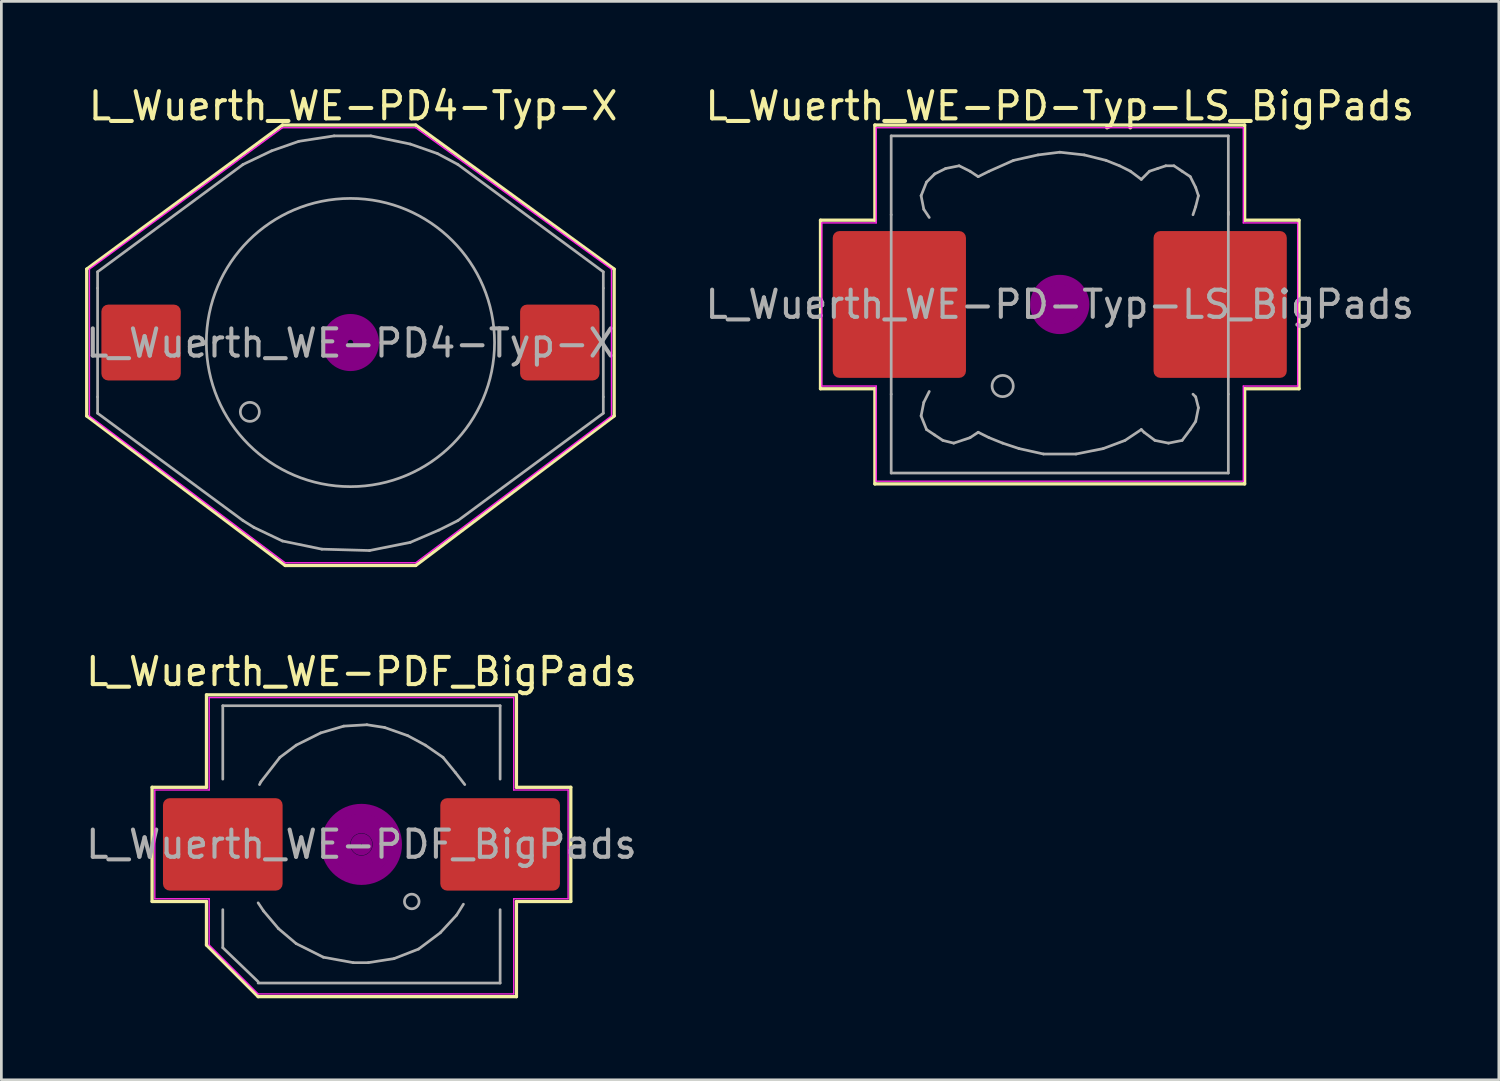
<source format=kicad_pcb>
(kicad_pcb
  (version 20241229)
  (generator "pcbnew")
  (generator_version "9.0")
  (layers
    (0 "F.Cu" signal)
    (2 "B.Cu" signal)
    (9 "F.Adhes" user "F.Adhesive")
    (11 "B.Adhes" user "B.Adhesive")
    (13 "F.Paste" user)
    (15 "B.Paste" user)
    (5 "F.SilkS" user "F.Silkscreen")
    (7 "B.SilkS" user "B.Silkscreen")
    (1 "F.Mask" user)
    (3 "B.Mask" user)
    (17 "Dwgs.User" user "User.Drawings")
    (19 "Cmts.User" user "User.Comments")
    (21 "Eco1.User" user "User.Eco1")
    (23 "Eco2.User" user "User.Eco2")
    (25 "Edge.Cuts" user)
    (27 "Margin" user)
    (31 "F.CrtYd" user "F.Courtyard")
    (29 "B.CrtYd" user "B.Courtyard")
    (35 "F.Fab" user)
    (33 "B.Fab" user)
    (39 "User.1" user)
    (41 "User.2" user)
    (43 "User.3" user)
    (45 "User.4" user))
  (footprint "L_Wuerth_WE-PDF_BigPads"
    (layer "F.Cu")
    (at 10.244 28.006)
    (property "Reference" "L_Wuerth_WE-PDF_BigPads" (at 0 -6.35 0) (layer "F.SilkS") (effects (font (size 1 1) (thickness 0.15))))
    (attr smd)
    (fp_line (start -7.7 -2.1) (end -7.7 2.1) (stroke (width 0.12) (type solid)) (layer "F.SilkS"))
    (fp_line (start -7.7 2.1) (end -5.7 2.1) (stroke (width 0.12) (type solid)) (layer "F.SilkS"))
    (fp_line (start -5.7 -5.5) (end -5.7 -2.1) (stroke (width 0.12) (type solid)) (layer "F.SilkS"))
    (fp_line (start -5.7 -2.1) (end -7.7 -2.1) (stroke (width 0.12) (type solid)) (layer "F.SilkS"))
    (fp_line (start -5.7 2.1) (end -5.7 3.7) (stroke (width 0.12) (type solid)) (layer "F.SilkS"))
    (fp_line (start -5.7 3.7) (end -3.8 5.6) (stroke (width 0.12) (type solid)) (layer "F.SilkS"))
    (fp_line (start -3.8 5.6) (end 5.7 5.6) (stroke (width 0.12) (type solid)) (layer "F.SilkS"))
    (fp_line (start 5.7 -5.5) (end -5.7 -5.5) (stroke (width 0.12) (type solid)) (layer "F.SilkS"))
    (fp_line (start 5.7 -2.1) (end 5.7 -5.5) (stroke (width 0.12) (type solid)) (layer "F.SilkS"))
    (fp_line (start 5.7 2.1) (end 7.7 2.1) (stroke (width 0.12) (type solid)) (layer "F.SilkS"))
    (fp_line (start 5.7 5.6) (end 5.7 2.1) (stroke (width 0.12) (type solid)) (layer "F.SilkS"))
    (fp_line (start 7.7 -2.1) (end 5.7 -2.1) (stroke (width 0.12) (type solid)) (layer "F.SilkS"))
    (fp_line (start 7.7 2.1) (end 7.7 -2.1) (stroke (width 0.12) (type solid)) (layer "F.SilkS"))
    (fp_circle (center 0 0) (end 0.15 0.15) (stroke (width 0.38) (type solid)) (fill no) (layer "F.Adhes"))
    (fp_circle (center 0 0) (end 0.6 0.05) (stroke (width 0.38) (type solid)) (fill no) (layer "F.Adhes"))
    (fp_circle (center 0 0) (end 0.95 0) (stroke (width 0.38) (type solid)) (fill no) (layer "F.Adhes"))
    (fp_circle (center 0 0) (end 1.3 0.05) (stroke (width 0.38) (type solid)) (fill no) (layer "F.Adhes"))
    (fp_line (start -7.6 -2) (end -5.6 -2) (stroke (width 0.05) (type solid)) (layer "F.CrtYd"))
    (fp_line (start -7.6 2) (end -7.6 -2) (stroke (width 0.05) (type solid)) (layer "F.CrtYd"))
    (fp_line (start -5.6 -5.4) (end 5.6 -5.4) (stroke (width 0.05) (type solid)) (layer "F.CrtYd"))
    (fp_line (start -5.6 -2) (end -5.6 -5.4) (stroke (width 0.05) (type solid)) (layer "F.CrtYd"))
    (fp_line (start -5.6 2) (end -7.6 2) (stroke (width 0.05) (type solid)) (layer "F.CrtYd"))
    (fp_line (start -5.6 3.7) (end -5.6 2) (stroke (width 0.05) (type solid)) (layer "F.CrtYd"))
    (fp_line (start -3.8 5.5) (end -5.6 3.7) (stroke (width 0.05) (type solid)) (layer "F.CrtYd"))
    (fp_line (start 5.6 -5.4) (end 5.6 -2) (stroke (width 0.05) (type solid)) (layer "F.CrtYd"))
    (fp_line (start 5.6 -2) (end 7.6 -2) (stroke (width 0.05) (type solid)) (layer "F.CrtYd"))
    (fp_line (start 5.6 2) (end 5.6 5.5) (stroke (width 0.05) (type solid)) (layer "F.CrtYd"))
    (fp_line (start 5.6 5.5) (end -3.8 5.5) (stroke (width 0.05) (type solid)) (layer "F.CrtYd"))
    (fp_line (start 7.6 -2) (end 7.6 2) (stroke (width 0.05) (type solid)) (layer "F.CrtYd"))
    (fp_line (start 7.6 2) (end 5.6 2) (stroke (width 0.05) (type solid)) (layer "F.CrtYd"))
    (fp_line (start -5.1 -5.1) (end -5.1 -2.4) (stroke (width 0.1) (type solid)) (layer "F.Fab"))
    (fp_line (start -5.1 2.4) (end -5.1 3.8) (stroke (width 0.1) (type solid)) (layer "F.Fab"))
    (fp_line (start -5.1 3.8) (end -3.8 5.05) (stroke (width 0.1) (type solid)) (layer "F.Fab"))
    (fp_line (start -3.8 2.15) (end -3.6 2.45) (stroke (width 0.1) (type solid)) (layer "F.Fab"))
    (fp_line (start -3.7 -2.3) (end -3.75 -2.2) (stroke (width 0.1) (type solid)) (layer "F.Fab"))
    (fp_line (start -3.6 2.45) (end -3.05 3.1) (stroke (width 0.1) (type solid)) (layer "F.Fab"))
    (fp_line (start -3.05 3.1) (end -2.4 3.65) (stroke (width 0.1) (type solid)) (layer "F.Fab"))
    (fp_line (start -3 -3.2) (end -3.7 -2.3) (stroke (width 0.1) (type solid)) (layer "F.Fab"))
    (fp_line (start -2.4 -3.65) (end -3 -3.2) (stroke (width 0.1) (type solid)) (layer "F.Fab"))
    (fp_line (start -2.4 3.65) (end -1.4 4.15) (stroke (width 0.1) (type solid)) (layer "F.Fab"))
    (fp_line (start -1.5 -4.1) (end -2.4 -3.65) (stroke (width 0.1) (type solid)) (layer "F.Fab"))
    (fp_line (start -1.4 4.15) (end -0.3 4.35) (stroke (width 0.1) (type solid)) (layer "F.Fab"))
    (fp_line (start -0.65 -4.35) (end -1.5 -4.1) (stroke (width 0.1) (type solid)) (layer "F.Fab"))
    (fp_line (start -0.3 4.35) (end 0.25 4.35) (stroke (width 0.1) (type solid)) (layer "F.Fab"))
    (fp_line (start 0.2 -4.4) (end -0.65 -4.35) (stroke (width 0.1) (type solid)) (layer "F.Fab"))
    (fp_line (start 0.25 4.35) (end 1.2 4.2) (stroke (width 0.1) (type solid)) (layer "F.Fab"))
    (fp_line (start 0.85 -4.3) (end 0.2 -4.4) (stroke (width 0.1) (type solid)) (layer "F.Fab"))
    (fp_line (start 1.2 4.2) (end 2.1 3.85) (stroke (width 0.1) (type solid)) (layer "F.Fab"))
    (fp_line (start 1.7 -4) (end 0.85 -4.3) (stroke (width 0.1) (type solid)) (layer "F.Fab"))
    (fp_line (start 2.1 3.85) (end 2.9 3.25) (stroke (width 0.1) (type solid)) (layer "F.Fab"))
    (fp_line (start 2.35 -3.65) (end 1.7 -4) (stroke (width 0.1) (type solid)) (layer "F.Fab"))
    (fp_line (start 2.9 3.25) (end 3.5 2.6) (stroke (width 0.1) (type solid)) (layer "F.Fab"))
    (fp_line (start 3 -3.2) (end 2.35 -3.65) (stroke (width 0.1) (type solid)) (layer "F.Fab"))
    (fp_line (start 3.45 -2.65) (end 3 -3.2) (stroke (width 0.1) (type solid)) (layer "F.Fab"))
    (fp_line (start 3.5 2.6) (end 3.75 2.2) (stroke (width 0.1) (type solid)) (layer "F.Fab"))
    (fp_line (start 3.8 -2.2) (end 3.45 -2.65) (stroke (width 0.1) (type solid)) (layer "F.Fab"))
    (fp_line (start 5.1 -5.1) (end -5.1 -5.1) (stroke (width 0.1) (type solid)) (layer "F.Fab"))
    (fp_line (start 5.1 -5.1) (end 5.1 -2.4) (stroke (width 0.1) (type solid)) (layer "F.Fab"))
    (fp_line (start 5.1 5.1) (end -3.8 5.1) (stroke (width 0.1) (type solid)) (layer "F.Fab"))
    (fp_line (start 5.1 5.1) (end 5.1 2.4) (stroke (width 0.1) (type solid)) (layer "F.Fab"))
    (fp_circle (center 1.85 2.1) (end 2.1 2.2) (stroke (width 0.1) (type solid)) (fill no) (layer "F.Fab"))
    (fp_text user "${REFERENCE}" (at 0 0 0) (layer "F.Fab") (effects (font (size 1 1) (thickness 0.15))))
    (pad "1" smd roundrect (at -5.1 0) (size 4.4 3.4) (layers "F.Cu" "F.Mask" "F.Paste") (roundrect_rratio 0.074))
    (pad "2" smd roundrect (at 5.1 0) (size 4.4 3.4) (layers "F.Cu" "F.Mask" "F.Paste") (roundrect_rratio 0.074)))
  (footprint "L_Wuerth_WE-PD4-Typ-X"
    (layer "F.Cu")
    (at 9.839 9.548)
    (property "Reference" "L_Wuerth_WE-PD4-Typ-X" (at 0.1 -8.7 0) (layer "F.SilkS") (effects (font (size 1 1) (thickness 0.15))))
    (attr smd)
    (fp_line (start -9.7 -2.7) (end -9.7 2.7) (stroke (width 0.12) (type solid)) (layer "F.SilkS"))
    (fp_line (start -9.7 2.7) (end -2.4 8.2) (stroke (width 0.12) (type solid)) (layer "F.SilkS"))
    (fp_line (start -2.5 -8) (end -9.7 -2.7) (stroke (width 0.12) (type solid)) (layer "F.SilkS"))
    (fp_line (start -2.4 8.2) (end 2.4 8.2) (stroke (width 0.12) (type solid)) (layer "F.SilkS"))
    (fp_line (start 2.4 -8) (end -2.5 -8) (stroke (width 0.12) (type solid)) (layer "F.SilkS"))
    (fp_line (start 2.4 8.2) (end 9.7 2.7) (stroke (width 0.12) (type solid)) (layer "F.SilkS"))
    (fp_line (start 9.7 -2.7) (end 2.4 -8) (stroke (width 0.12) (type solid)) (layer "F.SilkS"))
    (fp_line (start 9.7 2.7) (end 9.7 -2.7) (stroke (width 0.12) (type solid)) (layer "F.SilkS"))
    (fp_circle (center 0 0) (end 0.1 0) (stroke (width 0.3) (type solid)) (fill no) (layer "F.Adhes"))
    (fp_circle (center 0 0) (end 0.3 0) (stroke (width 0.3) (type solid)) (fill no) (layer "F.Adhes"))
    (fp_circle (center 0 0) (end 0.5 0) (stroke (width 0.3) (type solid)) (fill no) (layer "F.Adhes"))
    (fp_circle (center 0 0) (end 0.7 0) (stroke (width 0.3) (type solid)) (fill no) (layer "F.Adhes"))
    (fp_circle (center 0 0) (end 0.9 0) (stroke (width 0.3) (type solid)) (fill no) (layer "F.Adhes"))
    (fp_line (start -9.6 -2.7) (end -2.5 -7.9) (stroke (width 0.05) (type solid)) (layer "F.CrtYd"))
    (fp_line (start -9.6 2.7) (end -9.6 -2.7) (stroke (width 0.05) (type solid)) (layer "F.CrtYd"))
    (fp_line (start -2.5 -7.9) (end 2.4 -7.9) (stroke (width 0.05) (type solid)) (layer "F.CrtYd"))
    (fp_line (start -2.4 8.1) (end -9.6 2.7) (stroke (width 0.05) (type solid)) (layer "F.CrtYd"))
    (fp_line (start 2.4 -7.9) (end 9.6 -2.7) (stroke (width 0.05) (type solid)) (layer "F.CrtYd"))
    (fp_line (start 2.4 8.1) (end -2.4 8.1) (stroke (width 0.05) (type solid)) (layer "F.CrtYd"))
    (fp_line (start 9.6 -2.7) (end 9.6 2.7) (stroke (width 0.05) (type solid)) (layer "F.CrtYd"))
    (fp_line (start 9.6 2.7) (end 2.4 8.1) (stroke (width 0.05) (type solid)) (layer "F.CrtYd"))
    (fp_line (start -9.3 -2.6) (end -9.3 -2) (stroke (width 0.1) (type solid)) (layer "F.Fab"))
    (fp_line (start -9.3 -2.6) (end -3.95 -6.55) (stroke (width 0.1) (type solid)) (layer "F.Fab"))
    (fp_line (start -9.3 2) (end -9.3 -2) (stroke (width 0.1) (type solid)) (layer "F.Fab"))
    (fp_line (start -9.3 2) (end -9.3 2.6) (stroke (width 0.1) (type solid)) (layer "F.Fab"))
    (fp_line (start -9.3 2.6) (end -3.95 6.55) (stroke (width 0.1) (type solid)) (layer "F.Fab"))
    (fp_line (start -3.95 -6.55) (end -2.9 -7.05) (stroke (width 0.1) (type solid)) (layer "F.Fab"))
    (fp_line (start -3.55 6.8) (end -3.95 6.55) (stroke (width 0.1) (type solid)) (layer "F.Fab"))
    (fp_line (start -2.9 -7.05) (end -1.9 -7.4) (stroke (width 0.1) (type solid)) (layer "F.Fab"))
    (fp_line (start -2.5 7.3) (end -3.55 6.8) (stroke (width 0.1) (type solid)) (layer "F.Fab"))
    (fp_line (start -1.9 -7.4) (end -0.6 -7.6) (stroke (width 0.1) (type solid)) (layer "F.Fab"))
    (fp_line (start -1.05 7.6) (end -2.5 7.3) (stroke (width 0.1) (type solid)) (layer "F.Fab"))
    (fp_line (start -0.6 -7.6) (end 0.75 -7.6) (stroke (width 0.1) (type solid)) (layer "F.Fab"))
    (fp_line (start 0.7 7.65) (end -1.05 7.6) (stroke (width 0.1) (type solid)) (layer "F.Fab"))
    (fp_line (start 0.75 -7.6) (end 2.2 -7.3) (stroke (width 0.1) (type solid)) (layer "F.Fab"))
    (fp_line (start 2.2 -7.3) (end 3.2 -6.95) (stroke (width 0.1) (type solid)) (layer "F.Fab"))
    (fp_line (start 2.2 7.35) (end 0.7 7.65) (stroke (width 0.1) (type solid)) (layer "F.Fab"))
    (fp_line (start 3.2 -6.95) (end 3.95 -6.55) (stroke (width 0.1) (type solid)) (layer "F.Fab"))
    (fp_line (start 3.25 6.9) (end 2.2 7.35) (stroke (width 0.1) (type solid)) (layer "F.Fab"))
    (fp_line (start 3.95 -6.55) (end 9.3 -2.6) (stroke (width 0.1) (type solid)) (layer "F.Fab"))
    (fp_line (start 3.95 6.55) (end 3.25 6.9) (stroke (width 0.1) (type solid)) (layer "F.Fab"))
    (fp_line (start 9.3 -2) (end 9.3 -2.6) (stroke (width 0.1) (type solid)) (layer "F.Fab"))
    (fp_line (start 9.3 -2) (end 9.3 2) (stroke (width 0.1) (type solid)) (layer "F.Fab"))
    (fp_line (start 9.3 2) (end 9.3 2.6) (stroke (width 0.1) (type solid)) (layer "F.Fab"))
    (fp_line (start 9.3 2.6) (end 3.95 6.55) (stroke (width 0.1) (type solid)) (layer "F.Fab"))
    (fp_circle (center -3.7 2.55) (end -3.7 2.2) (stroke (width 0.1) (type solid)) (fill no) (layer "F.Fab"))
    (fp_circle (center 0 0) (end 0 -5.3) (stroke (width 0.1) (type solid)) (fill no) (layer "F.Fab"))
    (fp_text user "${REFERENCE}" (at 0 0.025 0) (layer "F.Fab") (effects (font (size 1 1) (thickness 0.15))))
    (pad "1" smd roundrect (at -7.7 0 90) (size 2.79 2.92) (layers "F.Cu" "F.Mask" "F.Paste") (roundrect_rratio 0.09))
    (pad "2" smd roundrect (at 7.7 0 90) (size 2.79 2.92) (layers "F.Cu" "F.Mask" "F.Paste") (roundrect_rratio 0.09)))
  (footprint "L_Wuerth_WE-PD-Typ-LS_BigPads"
    (layer "F.Cu")
    (at 35.927 8.148)
    (property "Reference" "L_Wuerth_WE-PD-Typ-LS_BigPads" (at 0 -7.3 0) (layer "F.SilkS") (effects (font (size 1 1) (thickness 0.15))))
    (attr smd)
    (fp_line (start -8.8 -3.1) (end -8.8 3.1) (stroke (width 0.12) (type solid)) (layer "F.SilkS"))
    (fp_line (start -8.8 3.1) (end -6.8 3.1) (stroke (width 0.12) (type solid)) (layer "F.SilkS"))
    (fp_line (start -6.8 -6.6) (end -6.8 -3.1) (stroke (width 0.12) (type solid)) (layer "F.SilkS"))
    (fp_line (start -6.8 -3.1) (end -8.8 -3.1) (stroke (width 0.12) (type solid)) (layer "F.SilkS"))
    (fp_line (start -6.8 3.1) (end -6.8 6.6) (stroke (width 0.12) (type solid)) (layer "F.SilkS"))
    (fp_line (start -6.8 6.6) (end 6.8 6.6) (stroke (width 0.12) (type solid)) (layer "F.SilkS"))
    (fp_line (start 6.8 -6.6) (end -6.8 -6.6) (stroke (width 0.12) (type solid)) (layer "F.SilkS"))
    (fp_line (start 6.8 -3.1) (end 6.8 -6.6) (stroke (width 0.12) (type solid)) (layer "F.SilkS"))
    (fp_line (start 6.8 3.1) (end 8.8 3.1) (stroke (width 0.12) (type solid)) (layer "F.SilkS"))
    (fp_line (start 6.8 6.6) (end 6.8 3.1) (stroke (width 0.12) (type solid)) (layer "F.SilkS"))
    (fp_line (start 8.8 -3.1) (end 6.8 -3.1) (stroke (width 0.12) (type solid)) (layer "F.SilkS"))
    (fp_line (start 8.8 3.1) (end 8.8 -3.1) (stroke (width 0.12) (type solid)) (layer "F.SilkS"))
    (fp_circle (center 0 0) (end 0.15 0.15) (stroke (width 0.38) (type solid)) (fill no) (layer "F.Adhes"))
    (fp_circle (center 0 0) (end 0.55 0) (stroke (width 0.38) (type solid)) (fill no) (layer "F.Adhes"))
    (fp_circle (center 0 0) (end 0.9 0) (stroke (width 0.38) (type solid)) (fill no) (layer "F.Adhes"))
    (fp_line (start -8.75 -3) (end -6.75 -3) (stroke (width 0.05) (type solid)) (layer "F.CrtYd"))
    (fp_line (start -8.75 3) (end -8.75 -3) (stroke (width 0.05) (type solid)) (layer "F.CrtYd"))
    (fp_line (start -6.75 -6.5) (end 6.75 -6.5) (stroke (width 0.05) (type solid)) (layer "F.CrtYd"))
    (fp_line (start -6.75 -3) (end -6.75 -6.5) (stroke (width 0.05) (type solid)) (layer "F.CrtYd"))
    (fp_line (start -6.75 3) (end -8.75 3) (stroke (width 0.05) (type solid)) (layer "F.CrtYd"))
    (fp_line (start -6.75 6.5) (end -6.75 3) (stroke (width 0.05) (type solid)) (layer "F.CrtYd"))
    (fp_line (start 6.75 -6.5) (end 6.75 -3) (stroke (width 0.05) (type solid)) (layer "F.CrtYd"))
    (fp_line (start 6.75 -3) (end 8.75 -3) (stroke (width 0.05) (type solid)) (layer "F.CrtYd"))
    (fp_line (start 6.75 3) (end 6.75 6.5) (stroke (width 0.05) (type solid)) (layer "F.CrtYd"))
    (fp_line (start 6.75 6.5) (end -6.75 6.5) (stroke (width 0.05) (type solid)) (layer "F.CrtYd"))
    (fp_line (start 8.75 -3) (end 8.75 3) (stroke (width 0.05) (type solid)) (layer "F.CrtYd"))
    (fp_line (start 8.75 3) (end 6.75 3) (stroke (width 0.05) (type solid)) (layer "F.CrtYd"))
    (fp_line (start -6.2 -6.2) (end -6.2 -3.3) (stroke (width 0.1) (type solid)) (layer "F.Fab"))
    (fp_line (start -6.2 -3.3) (end -6.2 3.3) (stroke (width 0.1) (type solid)) (layer "F.Fab"))
    (fp_line (start -6.2 3.3) (end -6.2 6.2) (stroke (width 0.1) (type solid)) (layer "F.Fab"))
    (fp_line (start -6.2 6.2) (end 6.2 6.2) (stroke (width 0.1) (type solid)) (layer "F.Fab"))
    (fp_line (start -5.1 -4) (end -5 -3.5) (stroke (width 0.1) (type solid)) (layer "F.Fab"))
    (fp_line (start -5.1 4.1) (end -5 3.6) (stroke (width 0.1) (type solid)) (layer "F.Fab"))
    (fp_line (start -5 -3.5) (end -4.8 -3.2) (stroke (width 0.1) (type solid)) (layer "F.Fab"))
    (fp_line (start -5 3.6) (end -4.8 3.2) (stroke (width 0.1) (type solid)) (layer "F.Fab"))
    (fp_line (start -4.9 -4.5) (end -5.1 -4) (stroke (width 0.1) (type solid)) (layer "F.Fab"))
    (fp_line (start -4.9 4.6) (end -5.1 4.1) (stroke (width 0.1) (type solid)) (layer "F.Fab"))
    (fp_line (start -4.6 -4.8) (end -4.9 -4.5) (stroke (width 0.1) (type solid)) (layer "F.Fab"))
    (fp_line (start -4.6 4.8) (end -4.9 4.6) (stroke (width 0.1) (type solid)) (layer "F.Fab"))
    (fp_line (start -4.3 5) (end -4.6 4.8) (stroke (width 0.1) (type solid)) (layer "F.Fab"))
    (fp_line (start -4.2 -5) (end -4.6 -4.8) (stroke (width 0.1) (type solid)) (layer "F.Fab"))
    (fp_line (start -3.9 5.1) (end -4.3 5) (stroke (width 0.1) (type solid)) (layer "F.Fab"))
    (fp_line (start -3.7 -5.1) (end -4.2 -5) (stroke (width 0.1) (type solid)) (layer "F.Fab"))
    (fp_line (start -3.3 -4.9) (end -3.7 -5.1) (stroke (width 0.1) (type solid)) (layer "F.Fab"))
    (fp_line (start -3.3 4.9) (end -3.9 5.1) (stroke (width 0.1) (type solid)) (layer "F.Fab"))
    (fp_line (start -3 -4.7) (end -3.3 -4.9) (stroke (width 0.1) (type solid)) (layer "F.Fab"))
    (fp_line (start -3 4.7) (end -3.3 4.9) (stroke (width 0.1) (type solid)) (layer "F.Fab"))
    (fp_line (start -2.6 -4.9) (end -3 -4.7) (stroke (width 0.1) (type solid)) (layer "F.Fab"))
    (fp_line (start -2.6 4.9) (end -3 4.7) (stroke (width 0.1) (type solid)) (layer "F.Fab"))
    (fp_line (start -2.1 5.1) (end -2.6 4.9) (stroke (width 0.1) (type solid)) (layer "F.Fab"))
    (fp_line (start -1.7 -5.3) (end -2.6 -4.9) (stroke (width 0.1) (type solid)) (layer "F.Fab"))
    (fp_line (start -1.5 5.3) (end -2.1 5.1) (stroke (width 0.1) (type solid)) (layer "F.Fab"))
    (fp_line (start -0.8 -5.5) (end -1.7 -5.3) (stroke (width 0.1) (type solid)) (layer "F.Fab"))
    (fp_line (start -0.6 5.5) (end -1.5 5.3) (stroke (width 0.1) (type solid)) (layer "F.Fab"))
    (fp_line (start 0 -5.6) (end -0.8 -5.5) (stroke (width 0.1) (type solid)) (layer "F.Fab"))
    (fp_line (start 0.6 5.5) (end -0.6 5.5) (stroke (width 0.1) (type solid)) (layer "F.Fab"))
    (fp_line (start 0.9 -5.5) (end 0 -5.6) (stroke (width 0.1) (type solid)) (layer "F.Fab"))
    (fp_line (start 1.6 5.3) (end 0.6 5.5) (stroke (width 0.1) (type solid)) (layer "F.Fab"))
    (fp_line (start 1.7 -5.3) (end 0.9 -5.5) (stroke (width 0.1) (type solid)) (layer "F.Fab"))
    (fp_line (start 2.2 -5.1) (end 1.7 -5.3) (stroke (width 0.1) (type solid)) (layer "F.Fab"))
    (fp_line (start 2.4 5) (end 1.6 5.3) (stroke (width 0.1) (type solid)) (layer "F.Fab"))
    (fp_line (start 2.6 -4.9) (end 2.2 -5.1) (stroke (width 0.1) (type solid)) (layer "F.Fab"))
    (fp_line (start 3 -4.6) (end 2.6 -4.9) (stroke (width 0.1) (type solid)) (layer "F.Fab"))
    (fp_line (start 3 4.6) (end 2.4 5) (stroke (width 0.1) (type solid)) (layer "F.Fab"))
    (fp_line (start 3.1 4.7) (end 3 4.6) (stroke (width 0.1) (type solid)) (layer "F.Fab"))
    (fp_line (start 3.3 -4.9) (end 3 -4.6) (stroke (width 0.1) (type solid)) (layer "F.Fab"))
    (fp_line (start 3.5 5) (end 3.1 4.7) (stroke (width 0.1) (type solid)) (layer "F.Fab"))
    (fp_line (start 3.6 -5) (end 3.3 -4.9) (stroke (width 0.1) (type solid)) (layer "F.Fab"))
    (fp_line (start 3.9 -5.1) (end 3.6 -5) (stroke (width 0.1) (type solid)) (layer "F.Fab"))
    (fp_line (start 4 5.1) (end 3.5 5) (stroke (width 0.1) (type solid)) (layer "F.Fab"))
    (fp_line (start 4.2 -5.1) (end 3.9 -5.1) (stroke (width 0.1) (type solid)) (layer "F.Fab"))
    (fp_line (start 4.5 -4.9) (end 4.2 -5.1) (stroke (width 0.1) (type solid)) (layer "F.Fab"))
    (fp_line (start 4.5 5) (end 4 5.1) (stroke (width 0.1) (type solid)) (layer "F.Fab"))
    (fp_line (start 4.8 -4.7) (end 4.5 -4.9) (stroke (width 0.1) (type solid)) (layer "F.Fab"))
    (fp_line (start 4.8 4.6) (end 4.5 5) (stroke (width 0.1) (type solid)) (layer "F.Fab"))
    (fp_line (start 4.9 -3.3) (end 5 -3.6) (stroke (width 0.1) (type solid)) (layer "F.Fab"))
    (fp_line (start 4.9 3.3) (end 5 3.4) (stroke (width 0.1) (type solid)) (layer "F.Fab"))
    (fp_line (start 5 -4.3) (end 4.8 -4.7) (stroke (width 0.1) (type solid)) (layer "F.Fab"))
    (fp_line (start 5 -3.6) (end 5.1 -4) (stroke (width 0.1) (type solid)) (layer "F.Fab"))
    (fp_line (start 5 3.4) (end 5.1 3.8) (stroke (width 0.1) (type solid)) (layer "F.Fab"))
    (fp_line (start 5 4.3) (end 4.8 4.6) (stroke (width 0.1) (type solid)) (layer "F.Fab"))
    (fp_line (start 5.1 -4) (end 5 -4.3) (stroke (width 0.1) (type solid)) (layer "F.Fab"))
    (fp_line (start 5.1 3.8) (end 5 4.3) (stroke (width 0.1) (type solid)) (layer "F.Fab"))
    (fp_line (start 6.2 -6.2) (end -6.2 -6.2) (stroke (width 0.1) (type solid)) (layer "F.Fab"))
    (fp_line (start 6.2 -6.2) (end 6.2 -3.3) (stroke (width 0.1) (type solid)) (layer "F.Fab"))
    (fp_line (start 6.2 3.3) (end 6.2 -3.4) (stroke (width 0.1) (type solid)) (layer "F.Fab"))
    (fp_line (start 6.2 6.2) (end 6.2 3.3) (stroke (width 0.1) (type solid)) (layer "F.Fab"))
    (fp_circle (center -2.1 3) (end -1.8 3.25) (stroke (width 0.1) (type solid)) (fill no) (layer "F.Fab"))
    (fp_text user "${REFERENCE}" (at 0 0 0) (layer "F.Fab") (effects (font (size 1 1) (thickness 0.15))))
    (pad "1" smd roundrect (at -5.9 0) (size 4.9 5.4) (layers "F.Cu" "F.Mask" "F.Paste") (roundrect_rratio 0.051))
    (pad "2" smd roundrect (at 5.9 0) (size 4.9 5.4) (layers "F.Cu" "F.Mask" "F.Paste") (roundrect_rratio 0.051)))
  (gr_rect
    (start -3 -3)
    (end 52.076 36.666)
    (stroke (width 0.1) (type default))
    (fill no)
    (layer "Edge.Cuts")))
</source>
